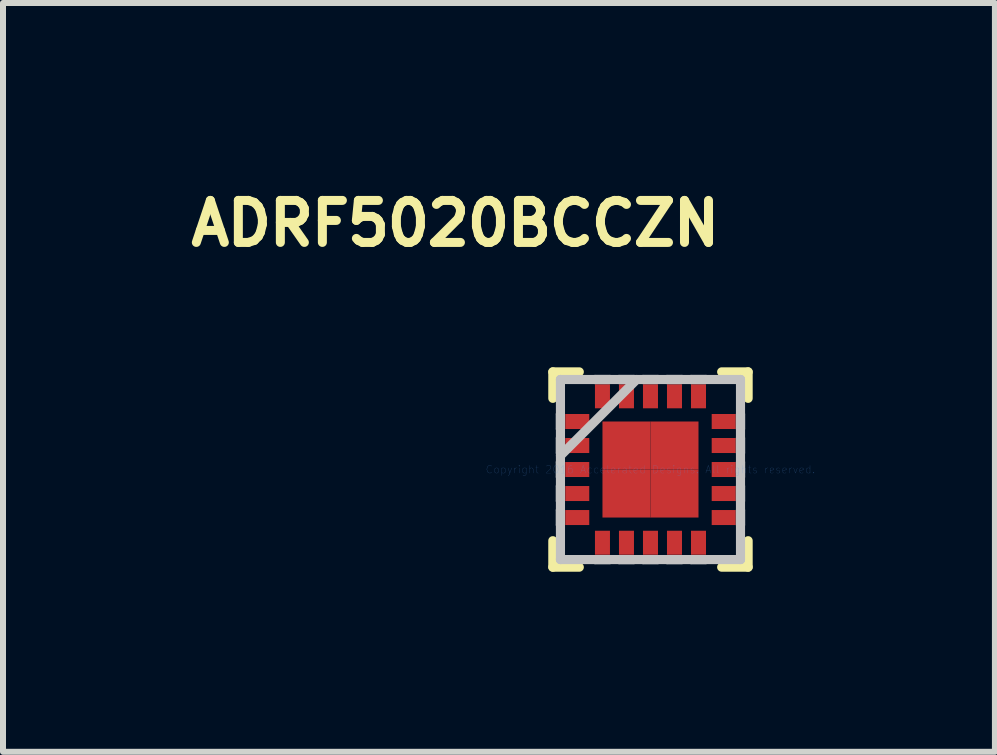
<source format=kicad_pcb>
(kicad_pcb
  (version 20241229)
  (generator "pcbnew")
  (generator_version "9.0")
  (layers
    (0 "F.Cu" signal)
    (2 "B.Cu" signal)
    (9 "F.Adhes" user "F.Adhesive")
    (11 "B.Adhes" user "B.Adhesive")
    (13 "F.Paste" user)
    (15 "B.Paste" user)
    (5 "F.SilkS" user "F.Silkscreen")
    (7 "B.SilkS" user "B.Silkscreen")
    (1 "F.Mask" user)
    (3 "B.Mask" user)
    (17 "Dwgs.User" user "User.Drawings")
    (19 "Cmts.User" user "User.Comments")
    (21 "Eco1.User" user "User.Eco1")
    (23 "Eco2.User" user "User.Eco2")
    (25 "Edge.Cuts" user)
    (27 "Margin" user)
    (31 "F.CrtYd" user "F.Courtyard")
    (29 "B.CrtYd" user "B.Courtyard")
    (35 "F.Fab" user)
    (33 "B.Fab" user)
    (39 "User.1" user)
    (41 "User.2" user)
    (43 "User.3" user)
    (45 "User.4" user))
  (footprint "ADRF5020BCCZN"
    (layer "F.Cu")
    (at 7.788 4.773)
    (property "Reference" "ADRF5020BCCZN" (at -3.25 -4.1 0) (layer "F.SilkS") (effects (font (size 0.7 0.7) (thickness 0.15))))
    (attr through_hole)
    (fp_line (start -1.627 -1.627) (end -1.627 -1.186) (stroke (width 0.152) (type solid)) (layer "F.SilkS"))
    (fp_line (start -1.627 1.186) (end -1.627 1.627) (stroke (width 0.152) (type solid)) (layer "F.SilkS"))
    (fp_line (start -1.627 1.627) (end -1.186 1.627) (stroke (width 0.152) (type solid)) (layer "F.SilkS"))
    (fp_line (start -1.186 -1.627) (end -1.627 -1.627) (stroke (width 0.152) (type solid)) (layer "F.SilkS"))
    (fp_line (start 1.186 1.627) (end 1.627 1.627) (stroke (width 0.152) (type solid)) (layer "F.SilkS"))
    (fp_line (start 1.627 -1.627) (end 1.186 -1.627) (stroke (width 0.152) (type solid)) (layer "F.SilkS"))
    (fp_line (start 1.627 -1.186) (end 1.627 -1.627) (stroke (width 0.152) (type solid)) (layer "F.SilkS"))
    (fp_line (start 1.627 1.627) (end 1.627 1.186) (stroke (width 0.152) (type solid)) (layer "F.SilkS"))
    (fp_line (start -1.5 -1.5) (end -1.5 -1.5) (stroke (width 0.152) (type solid)) (layer "Dwgs.User"))
    (fp_line (start -1.5 -1.5) (end -1.5 1.5) (stroke (width 0.152) (type solid)) (layer "Dwgs.User"))
    (fp_line (start -1.5 -0.925) (end -1.5 -0.925) (stroke (width 0.152) (type solid)) (layer "Dwgs.User"))
    (fp_line (start -1.5 -0.925) (end -1.5 -0.675) (stroke (width 0.152) (type solid)) (layer "Dwgs.User"))
    (fp_line (start -1.5 -0.675) (end -1.5 -0.925) (stroke (width 0.152) (type solid)) (layer "Dwgs.User"))
    (fp_line (start -1.5 -0.675) (end -1.5 -0.675) (stroke (width 0.152) (type solid)) (layer "Dwgs.User"))
    (fp_line (start -1.5 -0.525) (end -1.5 -0.525) (stroke (width 0.152) (type solid)) (layer "Dwgs.User"))
    (fp_line (start -1.5 -0.525) (end -1.5 -0.275) (stroke (width 0.152) (type solid)) (layer "Dwgs.User"))
    (fp_line (start -1.5 -0.275) (end -1.5 -0.525) (stroke (width 0.152) (type solid)) (layer "Dwgs.User"))
    (fp_line (start -1.5 -0.275) (end -1.5 -0.275) (stroke (width 0.152) (type solid)) (layer "Dwgs.User"))
    (fp_line (start -1.5 -0.23) (end -0.23 -1.5) (stroke (width 0.152) (type solid)) (layer "Dwgs.User"))
    (fp_line (start -1.5 -0.125) (end -1.5 -0.125) (stroke (width 0.152) (type solid)) (layer "Dwgs.User"))
    (fp_line (start -1.5 -0.125) (end -1.5 0.125) (stroke (width 0.152) (type solid)) (layer "Dwgs.User"))
    (fp_line (start -1.5 0.125) (end -1.5 -0.125) (stroke (width 0.152) (type solid)) (layer "Dwgs.User"))
    (fp_line (start -1.5 0.125) (end -1.5 0.125) (stroke (width 0.152) (type solid)) (layer "Dwgs.User"))
    (fp_line (start -1.5 0.275) (end -1.5 0.275) (stroke (width 0.152) (type solid)) (layer "Dwgs.User"))
    (fp_line (start -1.5 0.275) (end -1.5 0.525) (stroke (width 0.152) (type solid)) (layer "Dwgs.User"))
    (fp_line (start -1.5 0.525) (end -1.5 0.275) (stroke (width 0.152) (type solid)) (layer "Dwgs.User"))
    (fp_line (start -1.5 0.525) (end -1.5 0.525) (stroke (width 0.152) (type solid)) (layer "Dwgs.User"))
    (fp_line (start -1.5 0.675) (end -1.5 0.675) (stroke (width 0.152) (type solid)) (layer "Dwgs.User"))
    (fp_line (start -1.5 0.675) (end -1.5 0.925) (stroke (width 0.152) (type solid)) (layer "Dwgs.User"))
    (fp_line (start -1.5 0.925) (end -1.5 0.675) (stroke (width 0.152) (type solid)) (layer "Dwgs.User"))
    (fp_line (start -1.5 0.925) (end -1.5 0.925) (stroke (width 0.152) (type solid)) (layer "Dwgs.User"))
    (fp_line (start -1.5 1.5) (end -1.5 1.5) (stroke (width 0.152) (type solid)) (layer "Dwgs.User"))
    (fp_line (start -1.5 1.5) (end 1.5 1.5) (stroke (width 0.152) (type solid)) (layer "Dwgs.User"))
    (fp_line (start -0.925 -1.5) (end -0.925 -1.5) (stroke (width 0.152) (type solid)) (layer "Dwgs.User"))
    (fp_line (start -0.925 -1.5) (end -0.675 -1.5) (stroke (width 0.152) (type solid)) (layer "Dwgs.User"))
    (fp_line (start -0.925 1.5) (end -0.925 1.5) (stroke (width 0.152) (type solid)) (layer "Dwgs.User"))
    (fp_line (start -0.925 1.5) (end -0.675 1.5) (stroke (width 0.152) (type solid)) (layer "Dwgs.User"))
    (fp_line (start -0.675 -1.5) (end -0.925 -1.5) (stroke (width 0.152) (type solid)) (layer "Dwgs.User"))
    (fp_line (start -0.675 -1.5) (end -0.675 -1.5) (stroke (width 0.152) (type solid)) (layer "Dwgs.User"))
    (fp_line (start -0.675 1.5) (end -0.925 1.5) (stroke (width 0.152) (type solid)) (layer "Dwgs.User"))
    (fp_line (start -0.675 1.5) (end -0.675 1.5) (stroke (width 0.152) (type solid)) (layer "Dwgs.User"))
    (fp_line (start -0.525 -1.5) (end -0.525 -1.5) (stroke (width 0.152) (type solid)) (layer "Dwgs.User"))
    (fp_line (start -0.525 -1.5) (end -0.275 -1.5) (stroke (width 0.152) (type solid)) (layer "Dwgs.User"))
    (fp_line (start -0.525 1.5) (end -0.525 1.5) (stroke (width 0.152) (type solid)) (layer "Dwgs.User"))
    (fp_line (start -0.525 1.5) (end -0.275 1.5) (stroke (width 0.152) (type solid)) (layer "Dwgs.User"))
    (fp_line (start -0.275 -1.5) (end -0.525 -1.5) (stroke (width 0.152) (type solid)) (layer "Dwgs.User"))
    (fp_line (start -0.275 -1.5) (end -0.275 -1.5) (stroke (width 0.152) (type solid)) (layer "Dwgs.User"))
    (fp_line (start -0.275 1.5) (end -0.525 1.5) (stroke (width 0.152) (type solid)) (layer "Dwgs.User"))
    (fp_line (start -0.275 1.5) (end -0.275 1.5) (stroke (width 0.152) (type solid)) (layer "Dwgs.User"))
    (fp_line (start -0.125 -1.5) (end -0.125 -1.5) (stroke (width 0.152) (type solid)) (layer "Dwgs.User"))
    (fp_line (start -0.125 -1.5) (end 0.125 -1.5) (stroke (width 0.152) (type solid)) (layer "Dwgs.User"))
    (fp_line (start -0.125 1.5) (end -0.125 1.5) (stroke (width 0.152) (type solid)) (layer "Dwgs.User"))
    (fp_line (start -0.125 1.5) (end 0.125 1.5) (stroke (width 0.152) (type solid)) (layer "Dwgs.User"))
    (fp_line (start 0.125 -1.5) (end -0.125 -1.5) (stroke (width 0.152) (type solid)) (layer "Dwgs.User"))
    (fp_line (start 0.125 -1.5) (end 0.125 -1.5) (stroke (width 0.152) (type solid)) (layer "Dwgs.User"))
    (fp_line (start 0.125 1.5) (end -0.125 1.5) (stroke (width 0.152) (type solid)) (layer "Dwgs.User"))
    (fp_line (start 0.125 1.5) (end 0.125 1.5) (stroke (width 0.152) (type solid)) (layer "Dwgs.User"))
    (fp_line (start 0.275 -1.5) (end 0.275 -1.5) (stroke (width 0.152) (type solid)) (layer "Dwgs.User"))
    (fp_line (start 0.275 -1.5) (end 0.525 -1.5) (stroke (width 0.152) (type solid)) (layer "Dwgs.User"))
    (fp_line (start 0.275 1.5) (end 0.275 1.5) (stroke (width 0.152) (type solid)) (layer "Dwgs.User"))
    (fp_line (start 0.275 1.5) (end 0.525 1.5) (stroke (width 0.152) (type solid)) (layer "Dwgs.User"))
    (fp_line (start 0.525 -1.5) (end 0.275 -1.5) (stroke (width 0.152) (type solid)) (layer "Dwgs.User"))
    (fp_line (start 0.525 -1.5) (end 0.525 -1.5) (stroke (width 0.152) (type solid)) (layer "Dwgs.User"))
    (fp_line (start 0.525 1.5) (end 0.275 1.5) (stroke (width 0.152) (type solid)) (layer "Dwgs.User"))
    (fp_line (start 0.525 1.5) (end 0.525 1.5) (stroke (width 0.152) (type solid)) (layer "Dwgs.User"))
    (fp_line (start 0.675 -1.5) (end 0.675 -1.5) (stroke (width 0.152) (type solid)) (layer "Dwgs.User"))
    (fp_line (start 0.675 -1.5) (end 0.925 -1.5) (stroke (width 0.152) (type solid)) (layer "Dwgs.User"))
    (fp_line (start 0.675 1.5) (end 0.675 1.5) (stroke (width 0.152) (type solid)) (layer "Dwgs.User"))
    (fp_line (start 0.675 1.5) (end 0.925 1.5) (stroke (width 0.152) (type solid)) (layer "Dwgs.User"))
    (fp_line (start 0.925 -1.5) (end 0.675 -1.5) (stroke (width 0.152) (type solid)) (layer "Dwgs.User"))
    (fp_line (start 0.925 -1.5) (end 0.925 -1.5) (stroke (width 0.152) (type solid)) (layer "Dwgs.User"))
    (fp_line (start 0.925 1.5) (end 0.675 1.5) (stroke (width 0.152) (type solid)) (layer "Dwgs.User"))
    (fp_line (start 0.925 1.5) (end 0.925 1.5) (stroke (width 0.152) (type solid)) (layer "Dwgs.User"))
    (fp_line (start 1.5 -1.5) (end -1.5 -1.5) (stroke (width 0.152) (type solid)) (layer "Dwgs.User"))
    (fp_line (start 1.5 -1.5) (end 1.5 -1.5) (stroke (width 0.152) (type solid)) (layer "Dwgs.User"))
    (fp_line (start 1.5 -0.925) (end 1.5 -0.925) (stroke (width 0.152) (type solid)) (layer "Dwgs.User"))
    (fp_line (start 1.5 -0.925) (end 1.5 -0.675) (stroke (width 0.152) (type solid)) (layer "Dwgs.User"))
    (fp_line (start 1.5 -0.675) (end 1.5 -0.925) (stroke (width 0.152) (type solid)) (layer "Dwgs.User"))
    (fp_line (start 1.5 -0.675) (end 1.5 -0.675) (stroke (width 0.152) (type solid)) (layer "Dwgs.User"))
    (fp_line (start 1.5 -0.525) (end 1.5 -0.525) (stroke (width 0.152) (type solid)) (layer "Dwgs.User"))
    (fp_line (start 1.5 -0.525) (end 1.5 -0.275) (stroke (width 0.152) (type solid)) (layer "Dwgs.User"))
    (fp_line (start 1.5 -0.275) (end 1.5 -0.525) (stroke (width 0.152) (type solid)) (layer "Dwgs.User"))
    (fp_line (start 1.5 -0.275) (end 1.5 -0.275) (stroke (width 0.152) (type solid)) (layer "Dwgs.User"))
    (fp_line (start 1.5 -0.125) (end 1.5 -0.125) (stroke (width 0.152) (type solid)) (layer "Dwgs.User"))
    (fp_line (start 1.5 -0.125) (end 1.5 0.125) (stroke (width 0.152) (type solid)) (layer "Dwgs.User"))
    (fp_line (start 1.5 0.125) (end 1.5 -0.125) (stroke (width 0.152) (type solid)) (layer "Dwgs.User"))
    (fp_line (start 1.5 0.125) (end 1.5 0.125) (stroke (width 0.152) (type solid)) (layer "Dwgs.User"))
    (fp_line (start 1.5 0.275) (end 1.5 0.275) (stroke (width 0.152) (type solid)) (layer "Dwgs.User"))
    (fp_line (start 1.5 0.275) (end 1.5 0.525) (stroke (width 0.152) (type solid)) (layer "Dwgs.User"))
    (fp_line (start 1.5 0.525) (end 1.5 0.275) (stroke (width 0.152) (type solid)) (layer "Dwgs.User"))
    (fp_line (start 1.5 0.525) (end 1.5 0.525) (stroke (width 0.152) (type solid)) (layer "Dwgs.User"))
    (fp_line (start 1.5 0.675) (end 1.5 0.675) (stroke (width 0.152) (type solid)) (layer "Dwgs.User"))
    (fp_line (start 1.5 0.675) (end 1.5 0.925) (stroke (width 0.152) (type solid)) (layer "Dwgs.User"))
    (fp_line (start 1.5 0.925) (end 1.5 0.675) (stroke (width 0.152) (type solid)) (layer "Dwgs.User"))
    (fp_line (start 1.5 0.925) (end 1.5 0.925) (stroke (width 0.152) (type solid)) (layer "Dwgs.User"))
    (fp_line (start 1.5 1.5) (end 1.5 -1.5) (stroke (width 0.152) (type solid)) (layer "Dwgs.User"))
    (fp_line (start 1.5 1.5) (end 1.5 1.5) (stroke (width 0.152) (type solid)) (layer "Dwgs.User"))
    (fp_text user "Copyright 2016 Accelerated Designs. All rights reserved." (at 0 0 0) (layer "Cmts.User") (effects (font (size 0.127 0.127) (thickness 0.002))))
    (pad "1" smd rect (at -1.22 -0.8 90) (size 0.25 0.4) (layers "F.Cu" "F.Mask" "F.Paste"))
    (pad "2" smd rect (at -1.22 -0.4 90) (size 0.25 0.4) (layers "F.Cu" "F.Mask" "F.Paste"))
    (pad "3" smd rect (at -1.22 0 90) (size 0.25 0.4) (layers "F.Cu" "F.Mask" "F.Paste"))
    (pad "4" smd rect (at -1.22 0.4 90) (size 0.25 0.4) (layers "F.Cu" "F.Mask" "F.Paste"))
    (pad "5" smd rect (at -1.22 0.8 90) (size 0.25 0.4) (layers "F.Cu" "F.Mask" "F.Paste"))
    (pad "6" smd rect (at -0.8 1.22) (size 0.25 0.4) (layers "F.Cu" "F.Mask" "F.Paste"))
    (pad "7" smd rect (at -0.4 1.22) (size 0.25 0.4) (layers "F.Cu" "F.Mask" "F.Paste"))
    (pad "8" smd rect (at 0 1.22) (size 0.25 0.4) (layers "F.Cu" "F.Mask" "F.Paste"))
    (pad "9" smd rect (at 0.4 1.22) (size 0.25 0.4) (layers "F.Cu" "F.Mask" "F.Paste"))
    (pad "10" smd rect (at 0.8 1.22) (size 0.25 0.4) (layers "F.Cu" "F.Mask" "F.Paste"))
    (pad "11" smd rect (at 1.22 0.8 90) (size 0.25 0.4) (layers "F.Cu" "F.Mask" "F.Paste"))
    (pad "12" smd rect (at 1.22 0.4 90) (size 0.25 0.4) (layers "F.Cu" "F.Mask" "F.Paste"))
    (pad "13" smd rect (at 1.22 0 90) (size 0.25 0.4) (layers "F.Cu" "F.Mask" "F.Paste"))
    (pad "14" smd rect (at 1.22 -0.4 90) (size 0.25 0.4) (layers "F.Cu" "F.Mask" "F.Paste"))
    (pad "15" smd rect (at 1.22 -0.8 90) (size 0.25 0.4) (layers "F.Cu" "F.Mask" "F.Paste"))
    (pad "16" smd rect (at 0.8 -1.22) (size 0.25 0.4) (layers "F.Cu" "F.Mask" "F.Paste"))
    (pad "17" smd rect (at 0.4 -1.22) (size 0.25 0.4) (layers "F.Cu" "F.Mask" "F.Paste"))
    (pad "18" smd rect (at 0 -1.22) (size 0.25 0.4) (layers "F.Cu" "F.Mask" "F.Paste"))
    (pad "19" smd rect (at -0.4 -1.22) (size 0.25 0.4) (layers "F.Cu" "F.Mask" "F.Paste"))
    (pad "20" smd rect (at -0.8 -1.22) (size 0.25 0.4) (layers "F.Cu" "F.Mask" "F.Paste"))
    (pad "21" smd rect (at -0.4 -0.4) (size 0.8 0.8) (layers "F.Cu" "F.Mask" "F.Paste"))
    (pad "21" smd rect (at -0.4 0.4) (size 0.8 0.8) (layers "F.Cu" "F.Mask" "F.Paste"))
    (pad "21" smd rect (at 0.4 -0.4) (size 0.8 0.8) (layers "F.Cu" "F.Mask" "F.Paste"))
    (pad "21" smd rect (at 0.4 0.4) (size 0.8 0.8) (layers "F.Cu" "F.Mask" "F.Paste")))
  (gr_rect
    (start -3 -3)
    (end 13.527 9.476)
    (stroke (width 0.1) (type default))
    (fill no)
    (layer "Edge.Cuts")))
</source>
